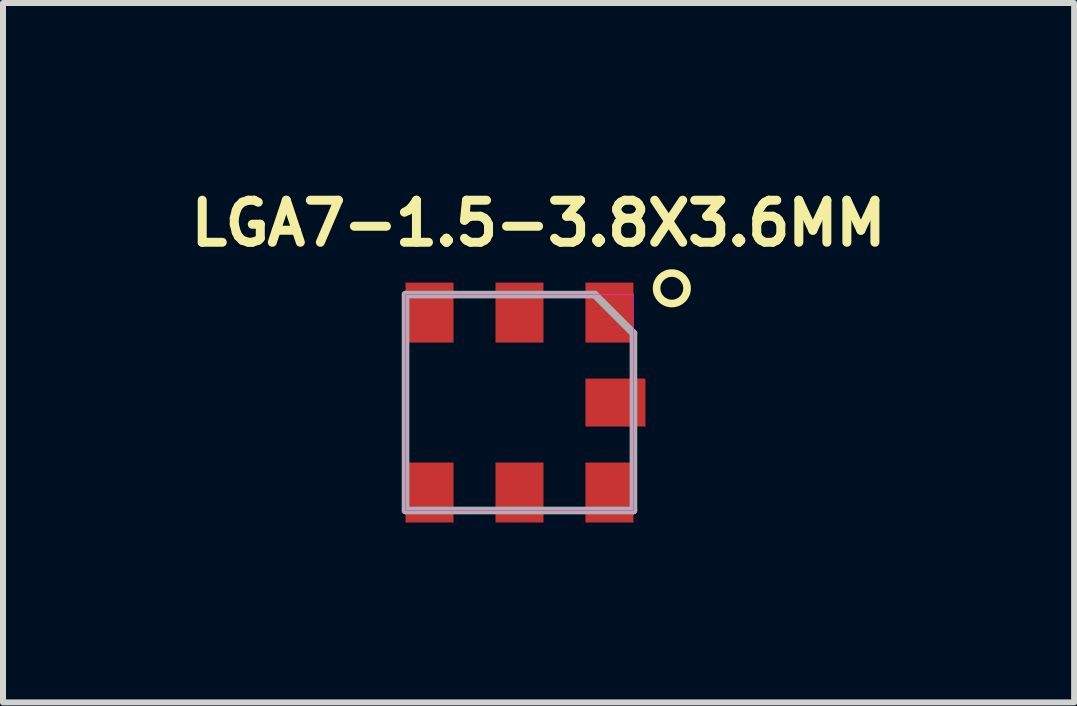
<source format=kicad_pcb>
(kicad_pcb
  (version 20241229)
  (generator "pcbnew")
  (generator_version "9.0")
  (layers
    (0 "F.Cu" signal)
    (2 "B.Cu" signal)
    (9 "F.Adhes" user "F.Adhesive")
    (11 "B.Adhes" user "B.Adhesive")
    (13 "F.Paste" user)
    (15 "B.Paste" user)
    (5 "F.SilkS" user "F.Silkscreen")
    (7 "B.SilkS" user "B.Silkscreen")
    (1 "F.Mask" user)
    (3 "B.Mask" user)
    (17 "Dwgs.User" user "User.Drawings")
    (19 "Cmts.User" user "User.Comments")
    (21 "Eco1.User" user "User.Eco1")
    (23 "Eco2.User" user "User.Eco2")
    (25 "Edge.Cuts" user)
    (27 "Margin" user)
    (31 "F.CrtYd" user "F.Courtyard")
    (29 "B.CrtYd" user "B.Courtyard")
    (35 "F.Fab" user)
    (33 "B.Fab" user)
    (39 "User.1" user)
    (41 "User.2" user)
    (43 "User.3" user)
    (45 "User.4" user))
  (footprint "LGA7-1.5-3.8X3.6MM"
    (layer "F.Cu")
    (at 5.612 3.662)
    (property "Reference" "LGA7-1.5-3.8X3.6MM" (at 0.318 -2.989 0) (layer "F.SilkS") (effects (font (size 0.701 0.701) (thickness 0.15))))
    (attr smd)
    (fp_circle (center 2.54 -1.905) (end 2.794 -1.905) (stroke (width 0.127) (type solid)) (fill no) (layer "F.SilkS"))
    (fp_poly (pts (xy -1.902 -1.8) (xy 1.9 -1.8) (xy 1.9 1.802) (xy -1.902 1.802)) (stroke (width 0.01) (type solid)) (fill no) (layer "F.CrtYd"))
    (fp_line (start -1.9 -1.8) (end 1.255 -1.8) (stroke (width 0.127) (type solid)) (layer "F.Fab"))
    (fp_line (start -1.9 1.8) (end -1.9 -1.8) (stroke (width 0.127) (type solid)) (layer "F.Fab"))
    (fp_line (start 1.255 -1.8) (end 1.9 -1.155) (stroke (width 0.127) (type solid)) (layer "F.Fab"))
    (fp_line (start 1.9 -1.155) (end 1.9 1.8) (stroke (width 0.127) (type solid)) (layer "F.Fab"))
    (fp_line (start 1.9 1.8) (end -1.9 1.8) (stroke (width 0.127) (type solid)) (layer "F.Fab"))
    (pad "1" smd rect (at 1.5 -1.5 90) (size 1 0.8) (layers "F.Cu" "F.Mask" "F.Paste"))
    (pad "2" smd rect (at 0 -1.5 90) (size 1 0.8) (layers "F.Cu" "F.Mask" "F.Paste"))
    (pad "3" smd rect (at -1.5 -1.5 90) (size 1 0.8) (layers "F.Cu" "F.Mask" "F.Paste"))
    (pad "4" smd rect (at -1.5 1.5 90) (size 1 0.8) (layers "F.Cu" "F.Mask" "F.Paste"))
    (pad "5" smd rect (at 0 1.5 90) (size 1 0.8) (layers "F.Cu" "F.Mask" "F.Paste"))
    (pad "6" smd rect (at 1.5 1.5 90) (size 1 0.8) (layers "F.Cu" "F.Mask" "F.Paste"))
    (pad "7" smd rect (at 1.6 0) (size 1 0.8) (layers "F.Cu" "F.Mask" "F.Paste")))
  (gr_rect
    (start -3 -3)
    (end 14.86 8.662)
    (stroke (width 0.1) (type default))
    (fill no)
    (layer "Edge.Cuts")))
</source>
